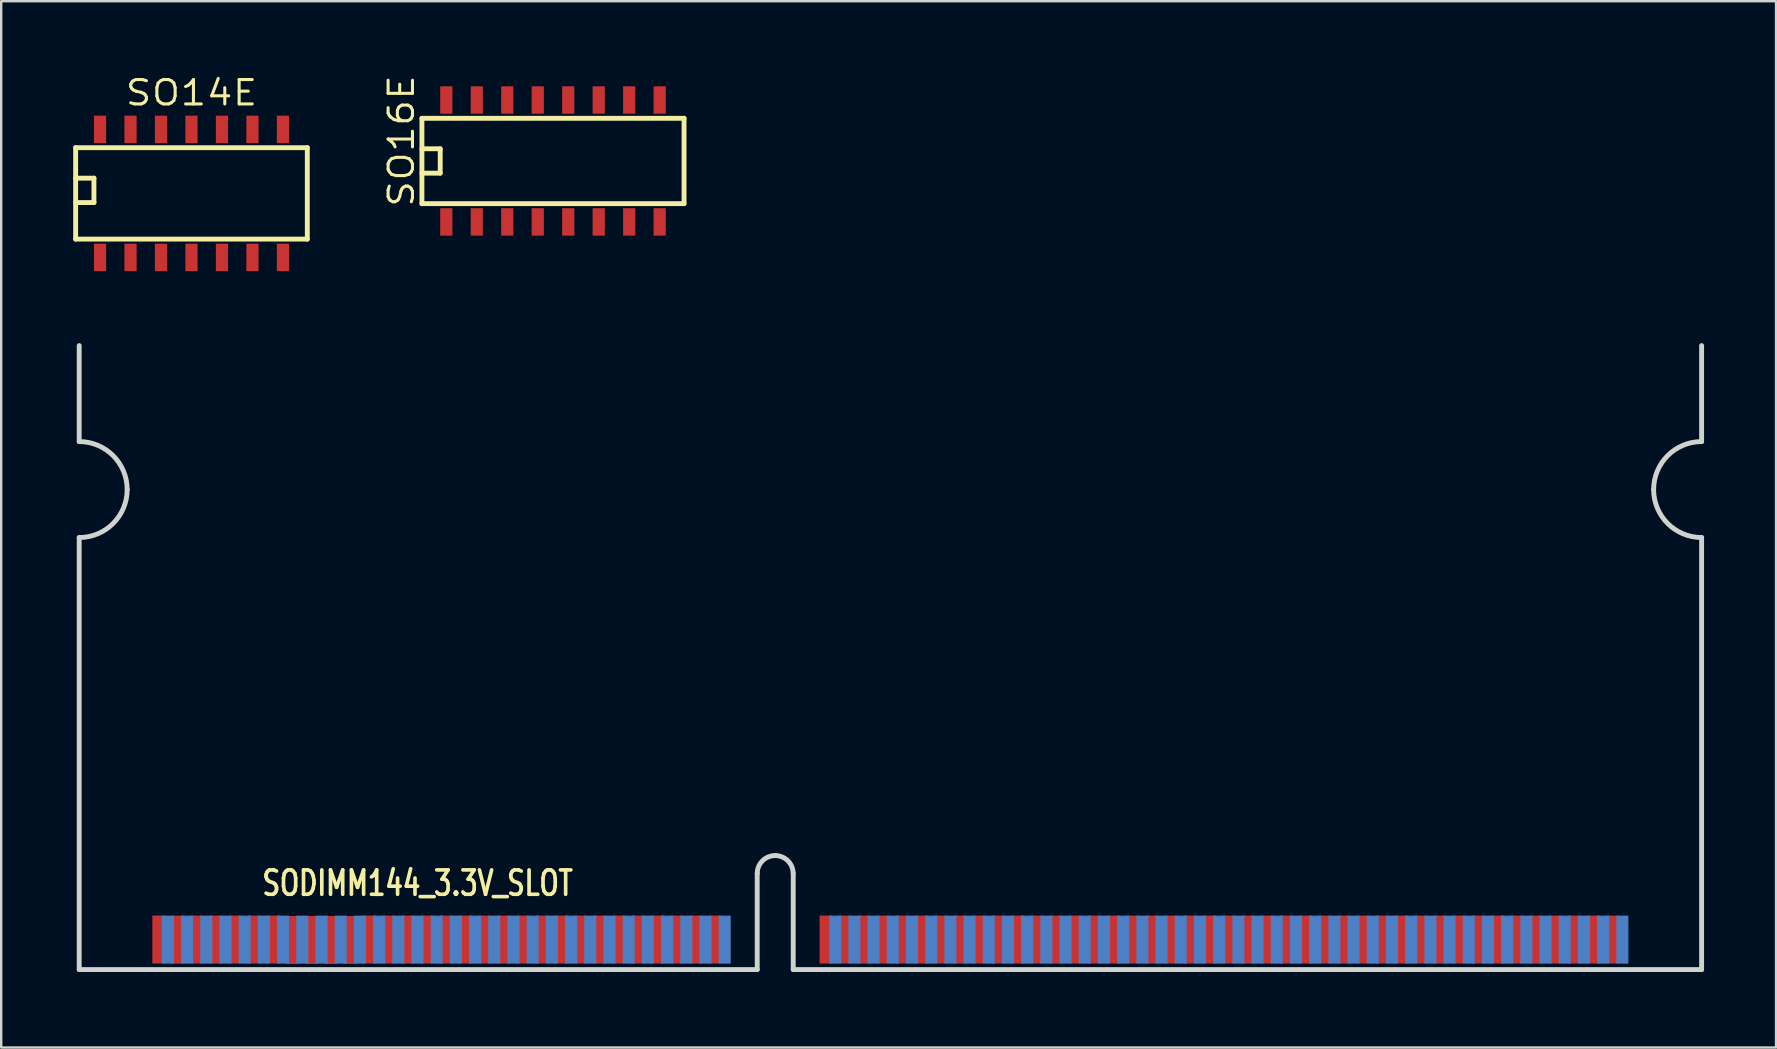
<source format=kicad_pcb>
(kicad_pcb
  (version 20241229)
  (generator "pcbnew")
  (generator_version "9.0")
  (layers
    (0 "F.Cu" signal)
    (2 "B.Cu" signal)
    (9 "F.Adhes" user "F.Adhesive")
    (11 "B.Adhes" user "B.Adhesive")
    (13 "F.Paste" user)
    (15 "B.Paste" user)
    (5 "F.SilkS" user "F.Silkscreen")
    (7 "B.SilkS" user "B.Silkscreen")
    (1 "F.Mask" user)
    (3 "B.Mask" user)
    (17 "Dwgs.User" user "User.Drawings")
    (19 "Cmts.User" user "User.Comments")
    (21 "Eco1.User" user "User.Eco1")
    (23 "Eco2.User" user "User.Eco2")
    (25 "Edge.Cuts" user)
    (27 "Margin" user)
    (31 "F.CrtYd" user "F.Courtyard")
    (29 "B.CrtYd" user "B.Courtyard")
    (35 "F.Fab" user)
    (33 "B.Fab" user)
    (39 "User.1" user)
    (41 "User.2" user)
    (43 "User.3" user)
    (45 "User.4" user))
  (footprint "SODIMM144_3.3V_SLOT"
    (layer "F.Cu")
    (at 0.25 37.348)
    (property "Reference" "SODIMM144_3.3V_SLOT" (at 14.1 -3.599 0) (layer "F.SilkS") (effects (font (size 1.016 0.762) (thickness 0.152))))
    (attr smd)
    (fp_line (start 0 -21.999) (end 0 -25.999) (stroke (width 0.203) (type solid)) (layer "Edge.Cuts"))
    (fp_line (start 0 0) (end 0 -18.001) (stroke (width 0.203) (type solid)) (layer "Edge.Cuts"))
    (fp_line (start 0 0) (end 28.25 0) (stroke (width 0.203) (type solid)) (layer "Edge.Cuts"))
    (fp_line (start 28.25 0) (end 28.25 -4) (stroke (width 0.203) (type solid)) (layer "Edge.Cuts"))
    (fp_line (start 29.751 -4) (end 29.751 0) (stroke (width 0.203) (type solid)) (layer "Edge.Cuts"))
    (fp_line (start 29.751 0) (end 67.6 0) (stroke (width 0.203) (type solid)) (layer "Edge.Cuts"))
    (fp_line (start 67.6 -21.999) (end 67.6 -25.999) (stroke (width 0.203) (type solid)) (layer "Edge.Cuts"))
    (fp_line (start 67.6 0) (end 67.6 -18.001) (stroke (width 0.203) (type solid)) (layer "Edge.Cuts"))
    (fp_arc (start 0 -21.99894) (mid 1.413492 -21.413452) (end 1.99898 -19.99996) (stroke (width 0.2032) (type solid)) (layer "Edge.Cuts"))
    (fp_arc (start 1.99898 -19.99996) (mid 1.413492 -18.586468) (end 0 -18.00098) (stroke (width 0.2032) (type solid)) (layer "Edge.Cuts"))
    (fp_arc (start 28.24988 -4.0005) (mid 28.469345 -4.530335) (end 28.99918 -4.7498) (stroke (width 0.2032) (type solid)) (layer "Edge.Cuts"))
    (fp_arc (start 28.99918 -4.7498) (mid 29.529015 -4.530335) (end 29.74848 -4.0005) (stroke (width 0.2032) (type solid)) (layer "Edge.Cuts"))
    (fp_arc (start 65.60058 -19.99996) (mid 66.186068 -21.413452) (end 67.59956 -21.99894) (stroke (width 0.2032) (type solid)) (layer "Edge.Cuts"))
    (fp_arc (start 67.59956 -18.00098) (mid 66.186068 -18.586468) (end 65.60058 -19.99996) (stroke (width 0.2032) (type solid)) (layer "Edge.Cuts"))
    (pad "1" smd rect (at 3.297 -1.25) (size 0.5 1.999) (layers "F.Cu" "F.Mask"))
    (pad "2" smd rect (at 3.696 -1.247) (size 0.5 1.999) (layers "B.Cu" "B.Mask"))
    (pad "3" smd rect (at 4.097 -1.247) (size 0.5 1.999) (layers "F.Cu" "F.Mask"))
    (pad "4" smd rect (at 4.496 -1.247) (size 0.5 1.999) (layers "B.Cu" "B.Mask"))
    (pad "5" smd rect (at 4.897 -1.25) (size 0.5 1.999) (layers "F.Cu" "F.Mask"))
    (pad "6" smd rect (at 5.296 -1.247) (size 0.5 1.999) (layers "B.Cu" "B.Mask"))
    (pad "7" smd rect (at 5.697 -1.25) (size 0.5 1.999) (layers "F.Cu" "F.Mask"))
    (pad "8" smd rect (at 6.096 -1.247) (size 0.5 1.999) (layers "B.Cu" "B.Mask"))
    (pad "9" smd rect (at 6.497 -1.25) (size 0.5 1.999) (layers "F.Cu" "F.Mask"))
    (pad "10" smd rect (at 6.896 -1.247) (size 0.5 1.999) (layers "B.Cu" "B.Mask"))
    (pad "11" smd rect (at 7.297 -1.25) (size 0.5 1.999) (layers "F.Cu" "F.Mask"))
    (pad "12" smd rect (at 7.696 -1.247) (size 0.5 1.999) (layers "B.Cu" "B.Mask"))
    (pad "13" smd rect (at 8.098 -1.25) (size 0.5 1.999) (layers "F.Cu" "F.Mask"))
    (pad "14" smd rect (at 8.496 -1.247) (size 0.5 1.999) (layers "B.Cu" "B.Mask"))
    (pad "15" smd rect (at 8.875 -1.234) (size 0.5 1.999) (layers "F.Cu" "F.Mask"))
    (pad "16" smd rect (at 9.296 -1.247) (size 0.5 1.999) (layers "B.Cu" "B.Mask"))
    (pad "17" smd rect (at 9.698 -1.234) (size 0.5 1.999) (layers "F.Cu" "F.Mask"))
    (pad "18" smd rect (at 10.097 -1.247) (size 0.5 1.999) (layers "B.Cu" "B.Mask"))
    (pad "19" smd rect (at 10.498 -1.234) (size 0.5 1.999) (layers "F.Cu" "F.Mask"))
    (pad "20" smd rect (at 10.897 -1.247) (size 0.5 1.999) (layers "B.Cu" "B.Mask"))
    (pad "21" smd rect (at 11.298 -1.234) (size 0.5 1.999) (layers "F.Cu" "F.Mask"))
    (pad "22" smd rect (at 11.697 -1.247) (size 0.5 1.999) (layers "B.Cu" "B.Mask"))
    (pad "23" smd rect (at 12.098 -1.25) (size 0.5 1.999) (layers "F.Cu" "F.Mask"))
    (pad "24" smd rect (at 12.497 -1.247) (size 0.5 1.999) (layers "B.Cu" "B.Mask"))
    (pad "25" smd rect (at 12.898 -1.25) (size 0.5 1.999) (layers "F.Cu" "F.Mask"))
    (pad "26" smd rect (at 13.297 -1.247) (size 0.5 1.999) (layers "B.Cu" "B.Mask"))
    (pad "27" smd rect (at 13.696 -1.25) (size 0.5 1.999) (layers "F.Cu" "F.Mask"))
    (pad "28" smd rect (at 14.094 -1.247) (size 0.5 1.999) (layers "B.Cu" "B.Mask"))
    (pad "29" smd rect (at 14.496 -1.25) (size 0.5 1.999) (layers "F.Cu" "F.Mask"))
    (pad "30" smd rect (at 14.895 -1.247) (size 0.5 1.999) (layers "B.Cu" "B.Mask"))
    (pad "31" smd rect (at 15.296 -1.25) (size 0.5 1.999) (layers "F.Cu" "F.Mask"))
    (pad "32" smd rect (at 15.695 -1.247) (size 0.5 1.999) (layers "B.Cu" "B.Mask"))
    (pad "33" smd rect (at 16.096 -1.25) (size 0.5 1.999) (layers "F.Cu" "F.Mask"))
    (pad "34" smd rect (at 16.495 -1.247) (size 0.5 1.999) (layers "B.Cu" "B.Mask"))
    (pad "35" smd rect (at 16.896 -1.25) (size 0.5 1.999) (layers "F.Cu" "F.Mask"))
    (pad "36" smd rect (at 17.295 -1.247) (size 0.5 1.999) (layers "B.Cu" "B.Mask"))
    (pad "37" smd rect (at 17.696 -1.25) (size 0.5 1.999) (layers "F.Cu" "F.Mask"))
    (pad "38" smd rect (at 18.095 -1.247) (size 0.5 1.999) (layers "B.Cu" "B.Mask"))
    (pad "39" smd rect (at 18.496 -1.25) (size 0.5 1.999) (layers "F.Cu" "F.Mask"))
    (pad "40" smd rect (at 18.895 -1.247) (size 0.5 1.999) (layers "B.Cu" "B.Mask"))
    (pad "41" smd rect (at 19.296 -1.25) (size 0.5 1.999) (layers "F.Cu" "F.Mask"))
    (pad "42" smd rect (at 19.695 -1.247) (size 0.5 1.999) (layers "B.Cu" "B.Mask"))
    (pad "43" smd rect (at 20.096 -1.25) (size 0.5 1.999) (layers "F.Cu" "F.Mask"))
    (pad "44" smd rect (at 20.495 -1.247) (size 0.5 1.999) (layers "B.Cu" "B.Mask"))
    (pad "45" smd rect (at 20.897 -1.25) (size 0.5 1.999) (layers "F.Cu" "F.Mask"))
    (pad "46" smd rect (at 21.295 -1.247) (size 0.5 1.999) (layers "B.Cu" "B.Mask"))
    (pad "47" smd rect (at 21.697 -1.25) (size 0.5 1.999) (layers "F.Cu" "F.Mask"))
    (pad "48" smd rect (at 22.095 -1.247) (size 0.5 1.999) (layers "B.Cu" "B.Mask"))
    (pad "49" smd rect (at 22.497 -1.25) (size 0.5 1.999) (layers "F.Cu" "F.Mask"))
    (pad "50" smd rect (at 22.896 -1.247) (size 0.5 1.999) (layers "B.Cu" "B.Mask"))
    (pad "51" smd rect (at 23.297 -1.25) (size 0.5 1.999) (layers "F.Cu" "F.Mask"))
    (pad "52" smd rect (at 23.696 -1.247) (size 0.5 1.999) (layers "B.Cu" "B.Mask"))
    (pad "53" smd rect (at 24.097 -1.25) (size 0.5 1.999) (layers "F.Cu" "F.Mask"))
    (pad "54" smd rect (at 24.496 -1.247) (size 0.5 1.999) (layers "B.Cu" "B.Mask"))
    (pad "55" smd rect (at 24.897 -1.25) (size 0.5 1.999) (layers "F.Cu" "F.Mask"))
    (pad "56" smd rect (at 25.296 -1.247) (size 0.5 1.999) (layers "B.Cu" "B.Mask"))
    (pad "57" smd rect (at 25.697 -1.25) (size 0.5 1.999) (layers "F.Cu" "F.Mask"))
    (pad "58" smd rect (at 26.096 -1.247) (size 0.5 1.999) (layers "B.Cu" "B.Mask"))
    (pad "59" smd rect (at 26.497 -1.25) (size 0.5 1.999) (layers "F.Cu" "F.Mask"))
    (pad "60" smd rect (at 26.896 -1.247) (size 0.5 1.999) (layers "B.Cu" "B.Mask"))
    (pad "61" smd rect (at 31.1 -1.25) (size 0.5 1.999) (layers "F.Cu" "F.Mask"))
    (pad "62" smd rect (at 31.499 -1.247) (size 0.5 1.999) (layers "B.Cu" "B.Mask"))
    (pad "63" smd rect (at 31.9 -1.25) (size 0.5 1.999) (layers "F.Cu" "F.Mask"))
    (pad "64" smd rect (at 32.299 -1.247) (size 0.5 1.999) (layers "B.Cu" "B.Mask"))
    (pad "65" smd rect (at 32.7 -1.25) (size 0.5 1.999) (layers "F.Cu" "F.Mask"))
    (pad "66" smd rect (at 33.099 -1.247) (size 0.5 1.999) (layers "B.Cu" "B.Mask"))
    (pad "67" smd rect (at 33.5 -1.25) (size 0.5 1.999) (layers "F.Cu" "F.Mask"))
    (pad "68" smd rect (at 33.899 -1.247) (size 0.5 1.999) (layers "B.Cu" "B.Mask"))
    (pad "69" smd rect (at 34.3 -1.25) (size 0.5 1.999) (layers "F.Cu" "F.Mask"))
    (pad "70" smd rect (at 34.699 -1.247) (size 0.5 1.999) (layers "B.Cu" "B.Mask"))
    (pad "71" smd rect (at 35.1 -1.25) (size 0.5 1.999) (layers "F.Cu" "F.Mask"))
    (pad "72" smd rect (at 35.499 -1.247) (size 0.5 1.999) (layers "B.Cu" "B.Mask"))
    (pad "73" smd rect (at 35.9 -1.25) (size 0.5 1.999) (layers "F.Cu" "F.Mask"))
    (pad "74" smd rect (at 36.299 -1.247) (size 0.5 1.999) (layers "B.Cu" "B.Mask"))
    (pad "75" smd rect (at 36.7 -1.25) (size 0.5 1.999) (layers "F.Cu" "F.Mask"))
    (pad "76" smd rect (at 37.099 -1.247) (size 0.5 1.999) (layers "B.Cu" "B.Mask"))
    (pad "77" smd rect (at 37.501 -1.25) (size 0.5 1.999) (layers "F.Cu" "F.Mask"))
    (pad "78" smd rect (at 37.899 -1.247) (size 0.5 1.999) (layers "B.Cu" "B.Mask"))
    (pad "79" smd rect (at 38.301 -1.25) (size 0.5 1.999) (layers "F.Cu" "F.Mask"))
    (pad "80" smd rect (at 38.699 -1.247) (size 0.5 1.999) (layers "B.Cu" "B.Mask"))
    (pad "81" smd rect (at 39.098 -1.25) (size 0.5 1.999) (layers "F.Cu" "F.Mask"))
    (pad "82" smd rect (at 39.497 -1.247) (size 0.5 1.999) (layers "B.Cu" "B.Mask"))
    (pad "83" smd rect (at 39.898 -1.25) (size 0.5 1.999) (layers "F.Cu" "F.Mask"))
    (pad "84" smd rect (at 40.297 -1.247) (size 0.5 1.999) (layers "B.Cu" "B.Mask"))
    (pad "85" smd rect (at 40.698 -1.25) (size 0.5 1.999) (layers "F.Cu" "F.Mask"))
    (pad "86" smd rect (at 41.097 -1.247) (size 0.5 1.999) (layers "B.Cu" "B.Mask"))
    (pad "87" smd rect (at 41.499 -1.25) (size 0.5 1.999) (layers "F.Cu" "F.Mask"))
    (pad "88" smd rect (at 41.897 -1.247) (size 0.5 1.999) (layers "B.Cu" "B.Mask"))
    (pad "89" smd rect (at 42.299 -1.25) (size 0.5 1.999) (layers "F.Cu" "F.Mask"))
    (pad "90" smd rect (at 42.697 -1.247) (size 0.5 1.999) (layers "B.Cu" "B.Mask"))
    (pad "91" smd rect (at 43.099 -1.25) (size 0.5 1.999) (layers "F.Cu" "F.Mask"))
    (pad "92" smd rect (at 43.498 -1.247) (size 0.5 1.999) (layers "B.Cu" "B.Mask"))
    (pad "93" smd rect (at 43.899 -1.25) (size 0.5 1.999) (layers "F.Cu" "F.Mask"))
    (pad "94" smd rect (at 44.298 -1.247) (size 0.5 1.999) (layers "B.Cu" "B.Mask"))
    (pad "95" smd rect (at 44.699 -1.25) (size 0.5 1.999) (layers "F.Cu" "F.Mask"))
    (pad "96" smd rect (at 45.098 -1.247) (size 0.5 1.999) (layers "B.Cu" "B.Mask"))
    (pad "97" smd rect (at 45.499 -1.25) (size 0.5 1.999) (layers "F.Cu" "F.Mask"))
    (pad "98" smd rect (at 45.898 -1.247) (size 0.5 1.999) (layers "B.Cu" "B.Mask"))
    (pad "99" smd rect (at 46.299 -1.25) (size 0.5 1.999) (layers "F.Cu" "F.Mask"))
    (pad "100" smd rect (at 46.698 -1.247) (size 0.5 1.999) (layers "B.Cu" "B.Mask"))
    (pad "101" smd rect (at 47.099 -1.25) (size 0.5 1.999) (layers "F.Cu" "F.Mask"))
    (pad "102" smd rect (at 47.498 -1.247) (size 0.5 1.999) (layers "B.Cu" "B.Mask"))
    (pad "103" smd rect (at 47.899 -1.25) (size 0.5 1.999) (layers "F.Cu" "F.Mask"))
    (pad "104" smd rect (at 48.298 -1.247) (size 0.5 1.999) (layers "B.Cu" "B.Mask"))
    (pad "105" smd rect (at 48.699 -1.25) (size 0.5 1.999) (layers "F.Cu" "F.Mask"))
    (pad "106" smd rect (at 49.098 -1.247) (size 0.5 1.999) (layers "B.Cu" "B.Mask"))
    (pad "107" smd rect (at 49.5 -1.25) (size 0.5 1.999) (layers "F.Cu" "F.Mask"))
    (pad "108" smd rect (at 49.898 -1.247) (size 0.5 1.999) (layers "B.Cu" "B.Mask"))
    (pad "109" smd rect (at 50.3 -1.25) (size 0.5 1.999) (layers "F.Cu" "F.Mask"))
    (pad "110" smd rect (at 50.698 -1.247) (size 0.5 1.999) (layers "B.Cu" "B.Mask"))
    (pad "111" smd rect (at 51.1 -1.25) (size 0.5 1.999) (layers "F.Cu" "F.Mask"))
    (pad "112" smd rect (at 51.498 -1.247) (size 0.5 1.999) (layers "B.Cu" "B.Mask"))
    (pad "113" smd rect (at 51.9 -1.25) (size 0.5 1.999) (layers "F.Cu" "F.Mask"))
    (pad "114" smd rect (at 52.299 -1.247) (size 0.5 1.999) (layers "B.Cu" "B.Mask"))
    (pad "115" smd rect (at 52.7 -1.25) (size 0.5 1.999) (layers "F.Cu" "F.Mask"))
    (pad "116" smd rect (at 53.099 -1.247) (size 0.5 1.999) (layers "B.Cu" "B.Mask"))
    (pad "117" smd rect (at 53.5 -1.25) (size 0.5 1.999) (layers "F.Cu" "F.Mask"))
    (pad "118" smd rect (at 53.899 -1.247) (size 0.5 1.999) (layers "B.Cu" "B.Mask"))
    (pad "119" smd rect (at 54.3 -1.25) (size 0.5 1.999) (layers "F.Cu" "F.Mask"))
    (pad "120" smd rect (at 54.699 -1.247) (size 0.5 1.999) (layers "B.Cu" "B.Mask"))
    (pad "121" smd rect (at 55.1 -1.25) (size 0.5 1.999) (layers "F.Cu" "F.Mask"))
    (pad "122" smd rect (at 55.499 -1.247) (size 0.5 1.999) (layers "B.Cu" "B.Mask"))
    (pad "123" smd rect (at 55.9 -1.25) (size 0.5 1.999) (layers "F.Cu" "F.Mask"))
    (pad "124" smd rect (at 56.299 -1.247) (size 0.5 1.999) (layers "B.Cu" "B.Mask"))
    (pad "125" smd rect (at 56.7 -1.25) (size 0.5 1.999) (layers "F.Cu" "F.Mask"))
    (pad "126" smd rect (at 57.099 -1.247) (size 0.5 1.999) (layers "B.Cu" "B.Mask"))
    (pad "127" smd rect (at 57.501 -1.25) (size 0.5 1.999) (layers "F.Cu" "F.Mask"))
    (pad "128" smd rect (at 57.899 -1.247) (size 0.5 1.999) (layers "B.Cu" "B.Mask"))
    (pad "129" smd rect (at 58.301 -1.25) (size 0.5 1.999) (layers "F.Cu" "F.Mask"))
    (pad "130" smd rect (at 58.699 -1.247) (size 0.5 1.999) (layers "B.Cu" "B.Mask"))
    (pad "131" smd rect (at 59.098 -1.25) (size 0.5 1.999) (layers "F.Cu" "F.Mask"))
    (pad "132" smd rect (at 59.497 -1.247) (size 0.5 1.999) (layers "B.Cu" "B.Mask"))
    (pad "133" smd rect (at 59.898 -1.25) (size 0.5 1.999) (layers "F.Cu" "F.Mask"))
    (pad "134" smd rect (at 60.297 -1.247) (size 0.5 1.999) (layers "B.Cu" "B.Mask"))
    (pad "135" smd rect (at 60.698 -1.25) (size 0.5 1.999) (layers "F.Cu" "F.Mask"))
    (pad "136" smd rect (at 61.097 -1.247) (size 0.5 1.999) (layers "B.Cu" "B.Mask"))
    (pad "137" smd rect (at 61.498 -1.25) (size 0.5 1.999) (layers "F.Cu" "F.Mask"))
    (pad "138" smd rect (at 61.897 -1.247) (size 0.5 1.999) (layers "B.Cu" "B.Mask"))
    (pad "139" smd rect (at 62.299 -1.25) (size 0.5 1.999) (layers "F.Cu" "F.Mask"))
    (pad "140" smd rect (at 62.697 -1.247) (size 0.5 1.999) (layers "B.Cu" "B.Mask"))
    (pad "141" smd rect (at 63.099 -1.25) (size 0.5 1.999) (layers "F.Cu" "F.Mask"))
    (pad "142" smd rect (at 63.497 -1.247) (size 0.5 1.999) (layers "B.Cu" "B.Mask"))
    (pad "143" smd rect (at 63.899 -1.25) (size 0.5 1.999) (layers "F.Cu" "F.Mask"))
    (pad "144" smd rect (at 64.298 -1.247) (size 0.5 1.999) (layers "B.Cu" "B.Mask")))
  (footprint "SO16E"
    (layer "F.Cu")
    (at 19.991 3.657)
    (property "Reference" "SO16E" (at -6.318 -0.832 270) (layer "F.SilkS") (effects (font (size 1.016 1.143) (thickness 0.127))))
    (attr smd)
    (fp_line (start -5.461 -1.778) (end 5.461 -1.778) (stroke (width 0.203) (type solid)) (layer "F.SilkS"))
    (fp_line (start -5.461 -0.508) (end -4.699 -0.508) (stroke (width 0.203) (type solid)) (layer "F.SilkS"))
    (fp_line (start -5.461 1.778) (end -5.461 -1.778) (stroke (width 0.203) (type solid)) (layer "F.SilkS"))
    (fp_line (start -4.699 -0.508) (end -4.699 0.508) (stroke (width 0.203) (type solid)) (layer "F.SilkS"))
    (fp_line (start -4.699 0.508) (end -5.461 0.508) (stroke (width 0.203) (type solid)) (layer "F.SilkS"))
    (fp_line (start 5.461 -1.778) (end 5.461 1.778) (stroke (width 0.203) (type solid)) (layer "F.SilkS"))
    (fp_line (start 5.461 1.778) (end -5.461 1.778) (stroke (width 0.203) (type solid)) (layer "F.SilkS"))
    (pad "1" smd rect (at -4.445 2.54) (size 0.508 1.143) (layers "F.Cu" "F.Mask" "F.Paste"))
    (pad "2" smd rect (at -3.175 2.54) (size 0.508 1.143) (layers "F.Cu" "F.Mask" "F.Paste"))
    (pad "3" smd rect (at -1.905 2.54) (size 0.508 1.143) (layers "F.Cu" "F.Mask" "F.Paste"))
    (pad "4" smd rect (at -0.635 2.54) (size 0.508 1.143) (layers "F.Cu" "F.Mask" "F.Paste"))
    (pad "5" smd rect (at 0.635 2.54) (size 0.508 1.143) (layers "F.Cu" "F.Mask" "F.Paste"))
    (pad "6" smd rect (at 1.905 2.54) (size 0.508 1.143) (layers "F.Cu" "F.Mask" "F.Paste"))
    (pad "7" smd rect (at 3.175 2.54) (size 0.508 1.143) (layers "F.Cu" "F.Mask" "F.Paste"))
    (pad "8" smd rect (at 4.445 2.54) (size 0.508 1.143) (layers "F.Cu" "F.Mask" "F.Paste"))
    (pad "9" smd rect (at 4.445 -2.54) (size 0.508 1.143) (layers "F.Cu" "F.Mask" "F.Paste"))
    (pad "10" smd rect (at 3.175 -2.54) (size 0.508 1.143) (layers "F.Cu" "F.Mask" "F.Paste"))
    (pad "11" smd rect (at 1.905 -2.54) (size 0.508 1.143) (layers "F.Cu" "F.Mask" "F.Paste"))
    (pad "12" smd rect (at 0.635 -2.54) (size 0.508 1.143) (layers "F.Cu" "F.Mask" "F.Paste"))
    (pad "13" smd rect (at -0.635 -2.54) (size 0.508 1.143) (layers "F.Cu" "F.Mask" "F.Paste"))
    (pad "14" smd rect (at -1.905 -2.54) (size 0.508 1.143) (layers "F.Cu" "F.Mask" "F.Paste"))
    (pad "15" smd rect (at -3.175 -2.54) (size 0.508 1.143) (layers "F.Cu" "F.Mask" "F.Paste"))
    (pad "16" smd rect (at -4.445 -2.54) (size 0.508 1.143) (layers "F.Cu" "F.Mask" "F.Paste")))
  (footprint "SO14E"
    (layer "F.Cu")
    (at 4.928 4.881)
    (property "Reference" "SO14E" (at 0 -4.064 0) (layer "F.SilkS") (effects (font (size 1.016 1.143) (thickness 0.127))))
    (attr smd)
    (fp_line (start -4.826 -1.778) (end 4.826 -1.778) (stroke (width 0.203) (type solid)) (layer "F.SilkS"))
    (fp_line (start -4.826 -0.508) (end -4.064 -0.508) (stroke (width 0.203) (type solid)) (layer "F.SilkS"))
    (fp_line (start -4.826 2.032) (end -4.826 -1.778) (stroke (width 0.203) (type solid)) (layer "F.SilkS"))
    (fp_line (start -4.064 -0.508) (end -4.064 0.508) (stroke (width 0.203) (type solid)) (layer "F.SilkS"))
    (fp_line (start -4.064 0.508) (end -4.826 0.508) (stroke (width 0.203) (type solid)) (layer "F.SilkS"))
    (fp_line (start 4.826 -1.778) (end 4.826 2.032) (stroke (width 0.203) (type solid)) (layer "F.SilkS"))
    (fp_line (start 4.826 2.032) (end -4.826 2.032) (stroke (width 0.203) (type solid)) (layer "F.SilkS"))
    (pad "1" smd rect (at -3.81 2.794) (size 0.508 1.143) (layers "F.Cu" "F.Mask" "F.Paste"))
    (pad "2" smd rect (at -2.54 2.794) (size 0.508 1.143) (layers "F.Cu" "F.Mask" "F.Paste"))
    (pad "3" smd rect (at -1.27 2.794) (size 0.508 1.143) (layers "F.Cu" "F.Mask" "F.Paste"))
    (pad "4" smd rect (at 0 2.794) (size 0.508 1.143) (layers "F.Cu" "F.Mask" "F.Paste"))
    (pad "5" smd rect (at 1.27 2.794) (size 0.508 1.143) (layers "F.Cu" "F.Mask" "F.Paste"))
    (pad "6" smd rect (at 2.54 2.794) (size 0.508 1.143) (layers "F.Cu" "F.Mask" "F.Paste"))
    (pad "7" smd rect (at 3.81 2.794) (size 0.508 1.143) (layers "F.Cu" "F.Mask" "F.Paste"))
    (pad "8" smd rect (at 3.81 -2.54) (size 0.508 1.143) (layers "F.Cu" "F.Mask" "F.Paste"))
    (pad "9" smd rect (at 2.54 -2.54) (size 0.508 1.143) (layers "F.Cu" "F.Mask" "F.Paste"))
    (pad "10" smd rect (at 1.27 -2.54) (size 0.508 1.143) (layers "F.Cu" "F.Mask" "F.Paste"))
    (pad "11" smd rect (at 0 -2.54) (size 0.508 1.143) (layers "F.Cu" "F.Mask" "F.Paste"))
    (pad "12" smd rect (at -1.27 -2.54) (size 0.508 1.143) (layers "F.Cu" "F.Mask" "F.Paste"))
    (pad "13" smd rect (at -2.54 -2.54) (size 0.508 1.143) (layers "F.Cu" "F.Mask" "F.Paste"))
    (pad "14" smd rect (at -3.81 -2.54) (size 0.508 1.143) (layers "F.Cu" "F.Mask" "F.Paste")))
  (gr_rect
    (start -3 -3)
    (end 70.951 40.598)
    (stroke (width 0.1) (type default))
    (fill no)
    (layer "Edge.Cuts")))
</source>
